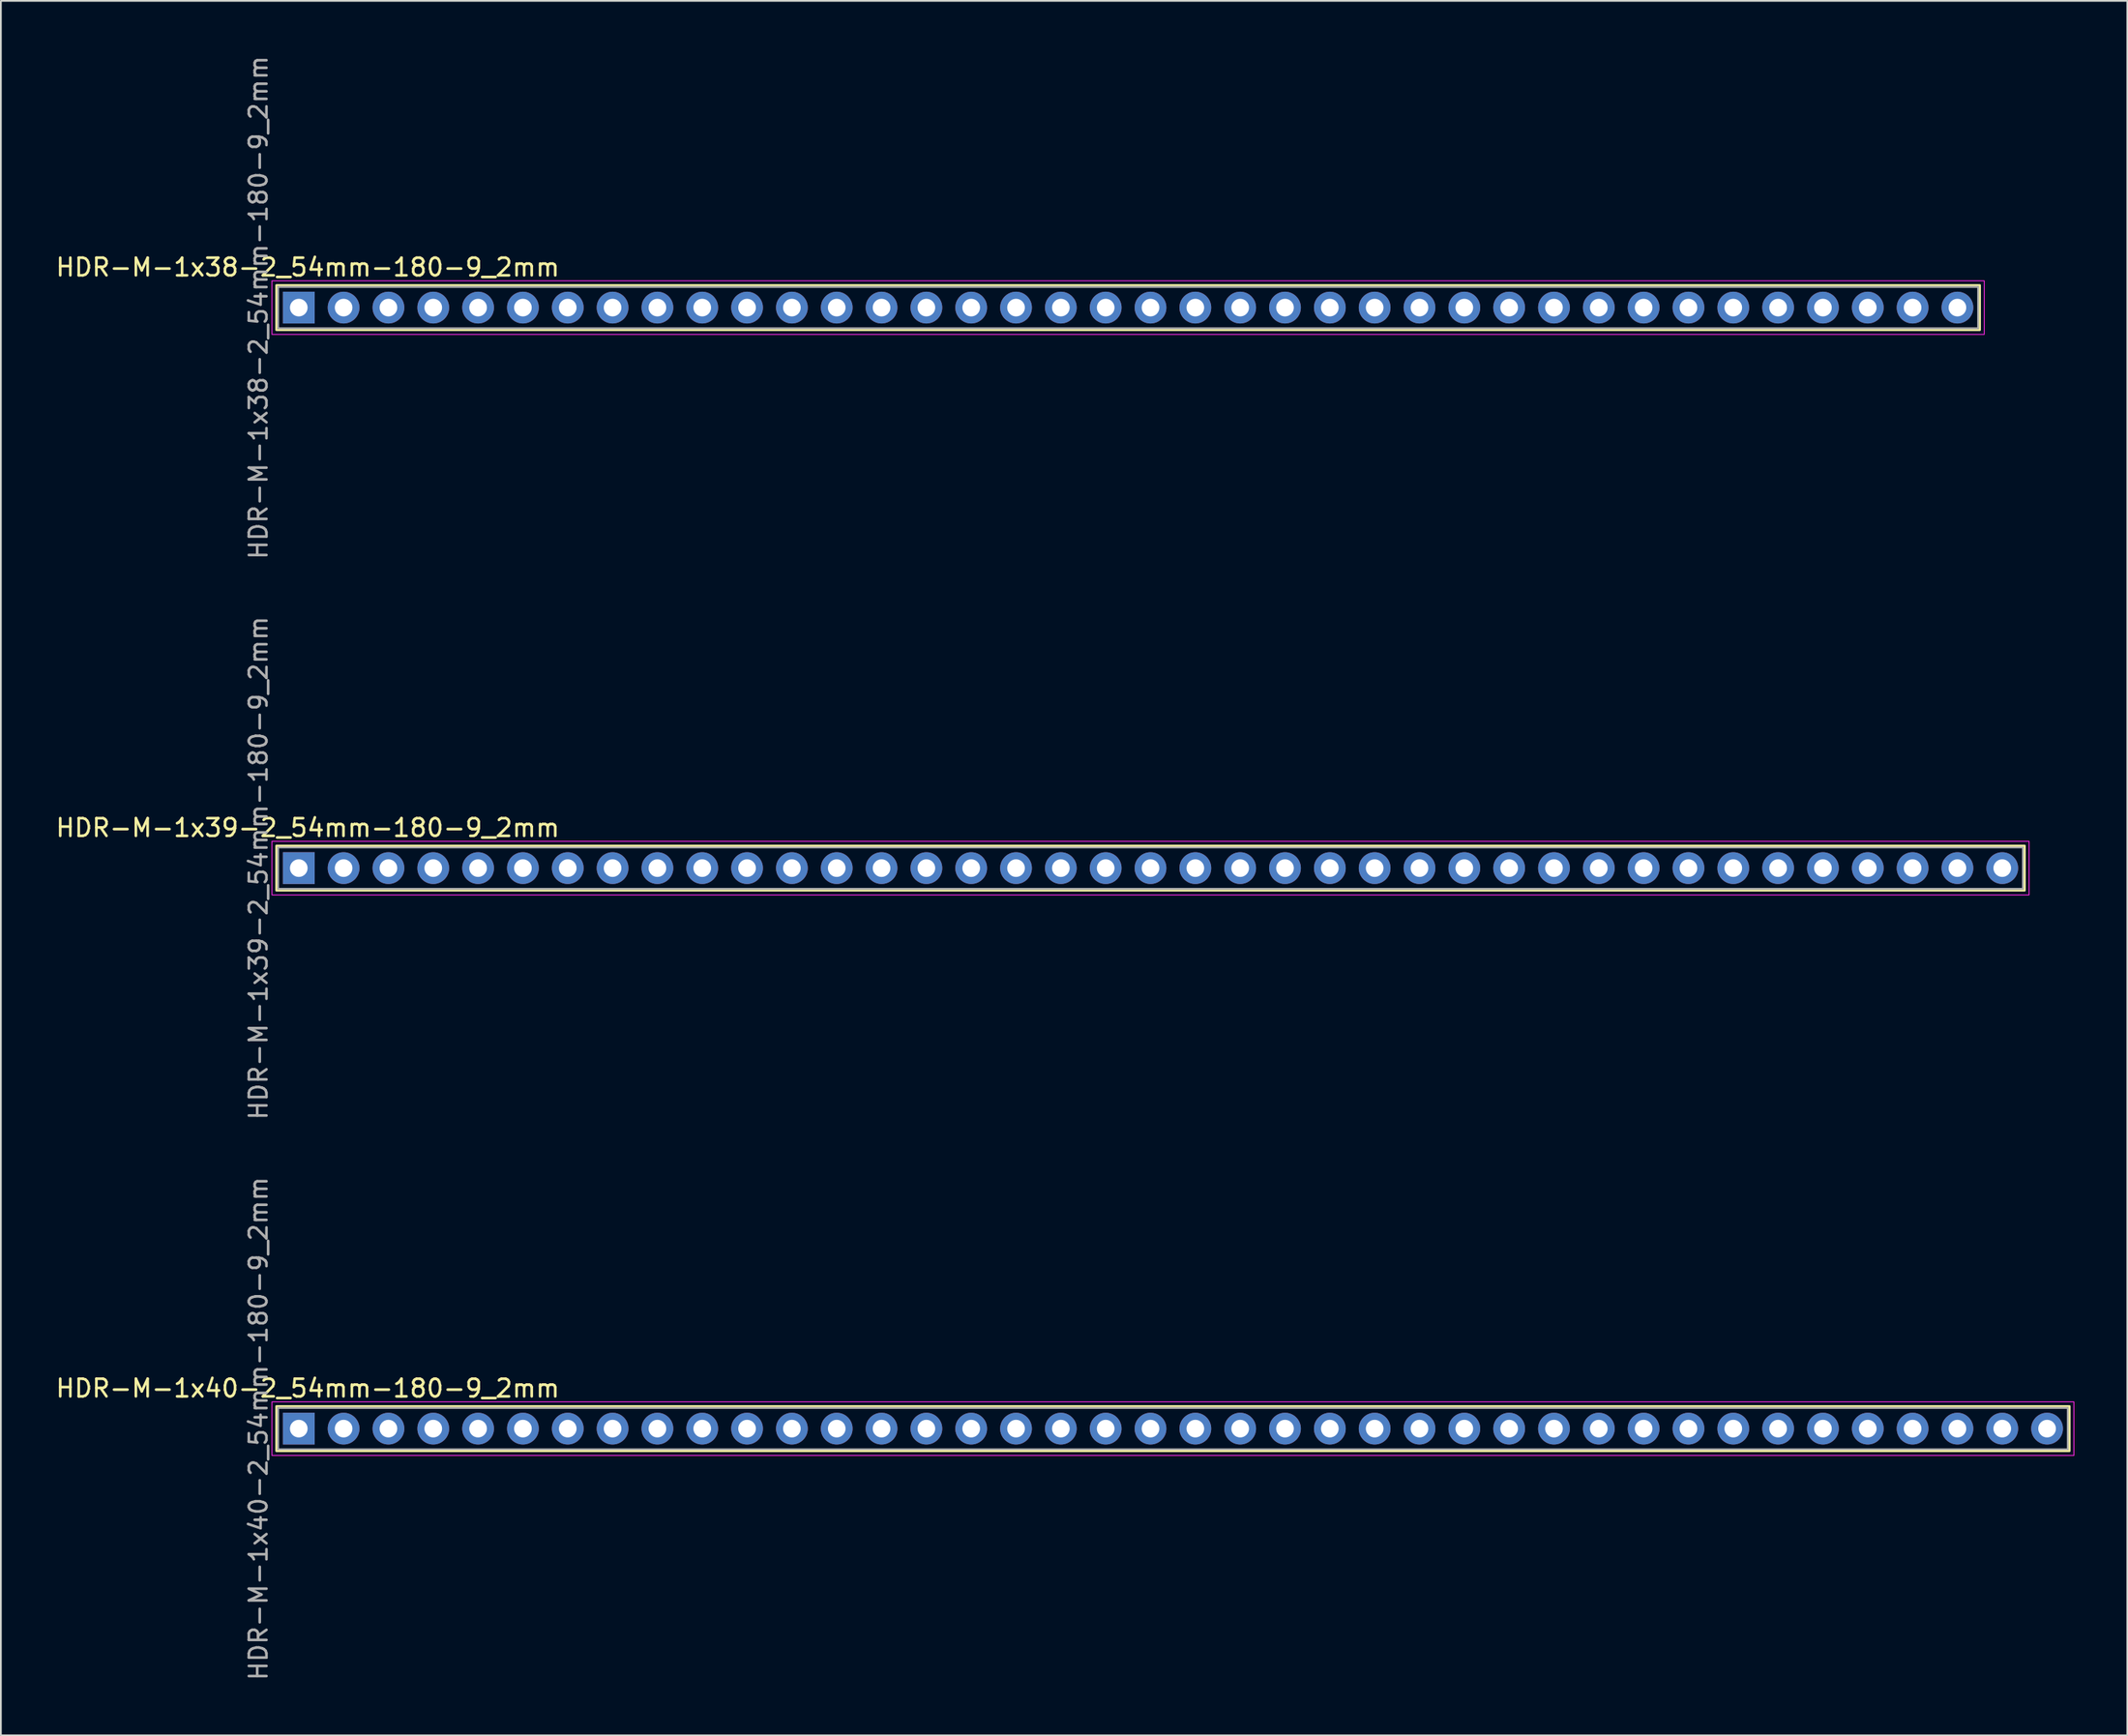
<source format=kicad_pcb>
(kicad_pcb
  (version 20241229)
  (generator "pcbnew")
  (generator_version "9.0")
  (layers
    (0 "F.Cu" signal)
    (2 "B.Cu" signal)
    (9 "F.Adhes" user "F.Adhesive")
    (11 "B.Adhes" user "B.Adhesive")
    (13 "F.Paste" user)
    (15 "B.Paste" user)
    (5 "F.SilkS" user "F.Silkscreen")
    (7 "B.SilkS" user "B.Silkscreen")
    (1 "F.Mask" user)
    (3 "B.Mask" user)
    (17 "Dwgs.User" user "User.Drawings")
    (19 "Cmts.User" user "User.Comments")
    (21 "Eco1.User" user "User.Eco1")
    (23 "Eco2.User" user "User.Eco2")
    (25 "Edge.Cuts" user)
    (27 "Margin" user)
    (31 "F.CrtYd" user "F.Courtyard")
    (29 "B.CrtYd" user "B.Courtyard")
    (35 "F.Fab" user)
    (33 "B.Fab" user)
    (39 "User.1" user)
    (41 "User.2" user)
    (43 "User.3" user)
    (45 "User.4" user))
  (footprint "HDR-M-1x39-2_54mm-180-9_2mm"
    (layer "F.Cu")
    (at 13.879 46.161)
    (property "Reference" "HDR-M-1x39-2_54mm-180-9_2mm" (at 0.508 -2.286 0) (unlocked yes) (layer "F.SilkS") (effects (font (size 1 1) (thickness 0.15))))
    (attr through_hole)
    (fp_rect (start -1.27 -1.27) (end 97.79 1.27) (stroke (width 0.12) (type solid)) (fill no) (layer "F.SilkS"))
    (fp_rect (start -1.52 -1.52) (end 98.04 1.52) (stroke (width 0.05) (type solid)) (fill no) (layer "F.CrtYd"))
    (fp_rect (start -1.17 -1.17) (end 97.69 1.17) (stroke (width 0.1) (type solid)) (fill no) (layer "F.Fab"))
    (fp_text user "${REFERENCE}" (at -2.286 0 90) (unlocked yes) (layer "F.Fab") (effects (font (size 1 1) (thickness 0.15))))
    (pad "1" thru_hole rect (at 0 0) (size 1.8 1.8) (drill 1) (layers "*.Cu" "*.Mask"))
    (pad "2" thru_hole circle (at 2.54 0) (size 1.8 1.8) (drill 1) (layers "*.Cu" "*.Mask"))
    (pad "3" thru_hole circle (at 5.08 0) (size 1.8 1.8) (drill 1) (layers "*.Cu" "*.Mask"))
    (pad "4" thru_hole circle (at 7.62 0) (size 1.8 1.8) (drill 1) (layers "*.Cu" "*.Mask"))
    (pad "5" thru_hole circle (at 10.16 0) (size 1.8 1.8) (drill 1) (layers "*.Cu" "*.Mask"))
    (pad "6" thru_hole circle (at 12.7 0) (size 1.8 1.8) (drill 1) (layers "*.Cu" "*.Mask"))
    (pad "7" thru_hole circle (at 15.24 0) (size 1.8 1.8) (drill 1) (layers "*.Cu" "*.Mask"))
    (pad "8" thru_hole circle (at 17.78 0) (size 1.8 1.8) (drill 1) (layers "*.Cu" "*.Mask"))
    (pad "9" thru_hole circle (at 20.32 0) (size 1.8 1.8) (drill 1) (layers "*.Cu" "*.Mask"))
    (pad "10" thru_hole circle (at 22.86 0) (size 1.8 1.8) (drill 1) (layers "*.Cu" "*.Mask"))
    (pad "11" thru_hole circle (at 25.4 0) (size 1.8 1.8) (drill 1) (layers "*.Cu" "*.Mask"))
    (pad "12" thru_hole circle (at 27.94 0) (size 1.8 1.8) (drill 1) (layers "*.Cu" "*.Mask"))
    (pad "13" thru_hole circle (at 30.48 0) (size 1.8 1.8) (drill 1) (layers "*.Cu" "*.Mask"))
    (pad "14" thru_hole circle (at 33.02 0) (size 1.8 1.8) (drill 1) (layers "*.Cu" "*.Mask"))
    (pad "15" thru_hole circle (at 35.56 0) (size 1.8 1.8) (drill 1) (layers "*.Cu" "*.Mask"))
    (pad "16" thru_hole circle (at 38.1 0) (size 1.8 1.8) (drill 1) (layers "*.Cu" "*.Mask"))
    (pad "17" thru_hole circle (at 40.64 0) (size 1.8 1.8) (drill 1) (layers "*.Cu" "*.Mask"))
    (pad "18" thru_hole circle (at 43.18 0) (size 1.8 1.8) (drill 1) (layers "*.Cu" "*.Mask"))
    (pad "19" thru_hole circle (at 45.72 0) (size 1.8 1.8) (drill 1) (layers "*.Cu" "*.Mask"))
    (pad "20" thru_hole circle (at 48.26 0) (size 1.8 1.8) (drill 1) (layers "*.Cu" "*.Mask"))
    (pad "21" thru_hole circle (at 50.8 0) (size 1.8 1.8) (drill 1) (layers "*.Cu" "*.Mask"))
    (pad "22" thru_hole circle (at 53.34 0) (size 1.8 1.8) (drill 1) (layers "*.Cu" "*.Mask"))
    (pad "23" thru_hole circle (at 55.88 0) (size 1.8 1.8) (drill 1) (layers "*.Cu" "*.Mask"))
    (pad "24" thru_hole circle (at 58.42 0) (size 1.8 1.8) (drill 1) (layers "*.Cu" "*.Mask"))
    (pad "25" thru_hole circle (at 60.96 0) (size 1.8 1.8) (drill 1) (layers "*.Cu" "*.Mask"))
    (pad "26" thru_hole circle (at 63.5 0) (size 1.8 1.8) (drill 1) (layers "*.Cu" "*.Mask"))
    (pad "27" thru_hole circle (at 66.04 0) (size 1.8 1.8) (drill 1) (layers "*.Cu" "*.Mask"))
    (pad "28" thru_hole circle (at 68.58 0) (size 1.8 1.8) (drill 1) (layers "*.Cu" "*.Mask"))
    (pad "29" thru_hole circle (at 71.12 0) (size 1.8 1.8) (drill 1) (layers "*.Cu" "*.Mask"))
    (pad "30" thru_hole circle (at 73.66 0) (size 1.8 1.8) (drill 1) (layers "*.Cu" "*.Mask"))
    (pad "31" thru_hole circle (at 76.2 0) (size 1.8 1.8) (drill 1) (layers "*.Cu" "*.Mask"))
    (pad "32" thru_hole circle (at 78.74 0) (size 1.8 1.8) (drill 1) (layers "*.Cu" "*.Mask"))
    (pad "33" thru_hole circle (at 81.28 0) (size 1.8 1.8) (drill 1) (layers "*.Cu" "*.Mask"))
    (pad "34" thru_hole circle (at 83.82 0) (size 1.8 1.8) (drill 1) (layers "*.Cu" "*.Mask"))
    (pad "35" thru_hole circle (at 86.36 0) (size 1.8 1.8) (drill 1) (layers "*.Cu" "*.Mask"))
    (pad "36" thru_hole circle (at 88.9 0) (size 1.8 1.8) (drill 1) (layers "*.Cu" "*.Mask"))
    (pad "37" thru_hole circle (at 91.44 0) (size 1.8 1.8) (drill 1) (layers "*.Cu" "*.Mask"))
    (pad "38" thru_hole circle (at 93.98 0) (size 1.8 1.8) (drill 1) (layers "*.Cu" "*.Mask"))
    (pad "39" thru_hole circle (at 96.52 0) (size 1.8 1.8) (drill 1) (layers "*.Cu" "*.Mask")))
  (footprint "HDR-M-1x40-2_54mm-180-9_2mm"
    (layer "F.Cu")
    (at 13.879 77.935)
    (property "Reference" "HDR-M-1x40-2_54mm-180-9_2mm" (at 0.508 -2.286 0) (unlocked yes) (layer "F.SilkS") (effects (font (size 1 1) (thickness 0.15))))
    (attr through_hole)
    (fp_rect (start -1.27 -1.27) (end 100.33 1.27) (stroke (width 0.12) (type solid)) (fill no) (layer "F.SilkS"))
    (fp_rect (start -1.52 -1.52) (end 100.58 1.52) (stroke (width 0.05) (type solid)) (fill no) (layer "F.CrtYd"))
    (fp_rect (start -1.17 -1.17) (end 100.23 1.17) (stroke (width 0.1) (type solid)) (fill no) (layer "F.Fab"))
    (fp_text user "${REFERENCE}" (at -2.286 0 90) (unlocked yes) (layer "F.Fab") (effects (font (size 1 1) (thickness 0.15))))
    (pad "1" thru_hole rect (at 0 0) (size 1.8 1.8) (drill 1) (layers "*.Cu" "*.Mask"))
    (pad "2" thru_hole circle (at 2.54 0) (size 1.8 1.8) (drill 1) (layers "*.Cu" "*.Mask"))
    (pad "3" thru_hole circle (at 5.08 0) (size 1.8 1.8) (drill 1) (layers "*.Cu" "*.Mask"))
    (pad "4" thru_hole circle (at 7.62 0) (size 1.8 1.8) (drill 1) (layers "*.Cu" "*.Mask"))
    (pad "5" thru_hole circle (at 10.16 0) (size 1.8 1.8) (drill 1) (layers "*.Cu" "*.Mask"))
    (pad "6" thru_hole circle (at 12.7 0) (size 1.8 1.8) (drill 1) (layers "*.Cu" "*.Mask"))
    (pad "7" thru_hole circle (at 15.24 0) (size 1.8 1.8) (drill 1) (layers "*.Cu" "*.Mask"))
    (pad "8" thru_hole circle (at 17.78 0) (size 1.8 1.8) (drill 1) (layers "*.Cu" "*.Mask"))
    (pad "9" thru_hole circle (at 20.32 0) (size 1.8 1.8) (drill 1) (layers "*.Cu" "*.Mask"))
    (pad "10" thru_hole circle (at 22.86 0) (size 1.8 1.8) (drill 1) (layers "*.Cu" "*.Mask"))
    (pad "11" thru_hole circle (at 25.4 0) (size 1.8 1.8) (drill 1) (layers "*.Cu" "*.Mask"))
    (pad "12" thru_hole circle (at 27.94 0) (size 1.8 1.8) (drill 1) (layers "*.Cu" "*.Mask"))
    (pad "13" thru_hole circle (at 30.48 0) (size 1.8 1.8) (drill 1) (layers "*.Cu" "*.Mask"))
    (pad "14" thru_hole circle (at 33.02 0) (size 1.8 1.8) (drill 1) (layers "*.Cu" "*.Mask"))
    (pad "15" thru_hole circle (at 35.56 0) (size 1.8 1.8) (drill 1) (layers "*.Cu" "*.Mask"))
    (pad "16" thru_hole circle (at 38.1 0) (size 1.8 1.8) (drill 1) (layers "*.Cu" "*.Mask"))
    (pad "17" thru_hole circle (at 40.64 0) (size 1.8 1.8) (drill 1) (layers "*.Cu" "*.Mask"))
    (pad "18" thru_hole circle (at 43.18 0) (size 1.8 1.8) (drill 1) (layers "*.Cu" "*.Mask"))
    (pad "19" thru_hole circle (at 45.72 0) (size 1.8 1.8) (drill 1) (layers "*.Cu" "*.Mask"))
    (pad "20" thru_hole circle (at 48.26 0) (size 1.8 1.8) (drill 1) (layers "*.Cu" "*.Mask"))
    (pad "21" thru_hole circle (at 50.8 0) (size 1.8 1.8) (drill 1) (layers "*.Cu" "*.Mask"))
    (pad "22" thru_hole circle (at 53.34 0) (size 1.8 1.8) (drill 1) (layers "*.Cu" "*.Mask"))
    (pad "23" thru_hole circle (at 55.88 0) (size 1.8 1.8) (drill 1) (layers "*.Cu" "*.Mask"))
    (pad "24" thru_hole circle (at 58.42 0) (size 1.8 1.8) (drill 1) (layers "*.Cu" "*.Mask"))
    (pad "25" thru_hole circle (at 60.96 0) (size 1.8 1.8) (drill 1) (layers "*.Cu" "*.Mask"))
    (pad "26" thru_hole circle (at 63.5 0) (size 1.8 1.8) (drill 1) (layers "*.Cu" "*.Mask"))
    (pad "27" thru_hole circle (at 66.04 0) (size 1.8 1.8) (drill 1) (layers "*.Cu" "*.Mask"))
    (pad "28" thru_hole circle (at 68.58 0) (size 1.8 1.8) (drill 1) (layers "*.Cu" "*.Mask"))
    (pad "29" thru_hole circle (at 71.12 0) (size 1.8 1.8) (drill 1) (layers "*.Cu" "*.Mask"))
    (pad "30" thru_hole circle (at 73.66 0) (size 1.8 1.8) (drill 1) (layers "*.Cu" "*.Mask"))
    (pad "31" thru_hole circle (at 76.2 0) (size 1.8 1.8) (drill 1) (layers "*.Cu" "*.Mask"))
    (pad "32" thru_hole circle (at 78.74 0) (size 1.8 1.8) (drill 1) (layers "*.Cu" "*.Mask"))
    (pad "33" thru_hole circle (at 81.28 0) (size 1.8 1.8) (drill 1) (layers "*.Cu" "*.Mask"))
    (pad "34" thru_hole circle (at 83.82 0) (size 1.8 1.8) (drill 1) (layers "*.Cu" "*.Mask"))
    (pad "35" thru_hole circle (at 86.36 0) (size 1.8 1.8) (drill 1) (layers "*.Cu" "*.Mask"))
    (pad "36" thru_hole circle (at 88.9 0) (size 1.8 1.8) (drill 1) (layers "*.Cu" "*.Mask"))
    (pad "37" thru_hole circle (at 91.44 0) (size 1.8 1.8) (drill 1) (layers "*.Cu" "*.Mask"))
    (pad "38" thru_hole circle (at 93.98 0) (size 1.8 1.8) (drill 1) (layers "*.Cu" "*.Mask"))
    (pad "39" thru_hole circle (at 96.52 0) (size 1.8 1.8) (drill 1) (layers "*.Cu" "*.Mask"))
    (pad "40" thru_hole circle (at 99.06 0) (size 1.8 1.8) (drill 1) (layers "*.Cu" "*.Mask")))
  (footprint "HDR-M-1x38-2_54mm-180-9_2mm"
    (layer "F.Cu")
    (at 13.879 14.387)
    (property "Reference" "HDR-M-1x38-2_54mm-180-9_2mm" (at 0.508 -2.286 0) (unlocked yes) (layer "F.SilkS") (effects (font (size 1 1) (thickness 0.15))))
    (attr through_hole)
    (fp_rect (start -1.27 -1.27) (end 95.25 1.27) (stroke (width 0.12) (type solid)) (fill no) (layer "F.SilkS"))
    (fp_rect (start -1.52 -1.52) (end 95.5 1.52) (stroke (width 0.05) (type solid)) (fill no) (layer "F.CrtYd"))
    (fp_rect (start -1.17 -1.17) (end 95.15 1.17) (stroke (width 0.1) (type solid)) (fill no) (layer "F.Fab"))
    (fp_text user "${REFERENCE}" (at -2.286 0 90) (unlocked yes) (layer "F.Fab") (effects (font (size 1 1) (thickness 0.15))))
    (pad "1" thru_hole rect (at 0 0) (size 1.8 1.8) (drill 1) (layers "*.Cu" "*.Mask"))
    (pad "2" thru_hole circle (at 2.54 0) (size 1.8 1.8) (drill 1) (layers "*.Cu" "*.Mask"))
    (pad "3" thru_hole circle (at 5.08 0) (size 1.8 1.8) (drill 1) (layers "*.Cu" "*.Mask"))
    (pad "4" thru_hole circle (at 7.62 0) (size 1.8 1.8) (drill 1) (layers "*.Cu" "*.Mask"))
    (pad "5" thru_hole circle (at 10.16 0) (size 1.8 1.8) (drill 1) (layers "*.Cu" "*.Mask"))
    (pad "6" thru_hole circle (at 12.7 0) (size 1.8 1.8) (drill 1) (layers "*.Cu" "*.Mask"))
    (pad "7" thru_hole circle (at 15.24 0) (size 1.8 1.8) (drill 1) (layers "*.Cu" "*.Mask"))
    (pad "8" thru_hole circle (at 17.78 0) (size 1.8 1.8) (drill 1) (layers "*.Cu" "*.Mask"))
    (pad "9" thru_hole circle (at 20.32 0) (size 1.8 1.8) (drill 1) (layers "*.Cu" "*.Mask"))
    (pad "10" thru_hole circle (at 22.86 0) (size 1.8 1.8) (drill 1) (layers "*.Cu" "*.Mask"))
    (pad "11" thru_hole circle (at 25.4 0) (size 1.8 1.8) (drill 1) (layers "*.Cu" "*.Mask"))
    (pad "12" thru_hole circle (at 27.94 0) (size 1.8 1.8) (drill 1) (layers "*.Cu" "*.Mask"))
    (pad "13" thru_hole circle (at 30.48 0) (size 1.8 1.8) (drill 1) (layers "*.Cu" "*.Mask"))
    (pad "14" thru_hole circle (at 33.02 0) (size 1.8 1.8) (drill 1) (layers "*.Cu" "*.Mask"))
    (pad "15" thru_hole circle (at 35.56 0) (size 1.8 1.8) (drill 1) (layers "*.Cu" "*.Mask"))
    (pad "16" thru_hole circle (at 38.1 0) (size 1.8 1.8) (drill 1) (layers "*.Cu" "*.Mask"))
    (pad "17" thru_hole circle (at 40.64 0) (size 1.8 1.8) (drill 1) (layers "*.Cu" "*.Mask"))
    (pad "18" thru_hole circle (at 43.18 0) (size 1.8 1.8) (drill 1) (layers "*.Cu" "*.Mask"))
    (pad "19" thru_hole circle (at 45.72 0) (size 1.8 1.8) (drill 1) (layers "*.Cu" "*.Mask"))
    (pad "20" thru_hole circle (at 48.26 0) (size 1.8 1.8) (drill 1) (layers "*.Cu" "*.Mask"))
    (pad "21" thru_hole circle (at 50.8 0) (size 1.8 1.8) (drill 1) (layers "*.Cu" "*.Mask"))
    (pad "22" thru_hole circle (at 53.34 0) (size 1.8 1.8) (drill 1) (layers "*.Cu" "*.Mask"))
    (pad "23" thru_hole circle (at 55.88 0) (size 1.8 1.8) (drill 1) (layers "*.Cu" "*.Mask"))
    (pad "24" thru_hole circle (at 58.42 0) (size 1.8 1.8) (drill 1) (layers "*.Cu" "*.Mask"))
    (pad "25" thru_hole circle (at 60.96 0) (size 1.8 1.8) (drill 1) (layers "*.Cu" "*.Mask"))
    (pad "26" thru_hole circle (at 63.5 0) (size 1.8 1.8) (drill 1) (layers "*.Cu" "*.Mask"))
    (pad "27" thru_hole circle (at 66.04 0) (size 1.8 1.8) (drill 1) (layers "*.Cu" "*.Mask"))
    (pad "28" thru_hole circle (at 68.58 0) (size 1.8 1.8) (drill 1) (layers "*.Cu" "*.Mask"))
    (pad "29" thru_hole circle (at 71.12 0) (size 1.8 1.8) (drill 1) (layers "*.Cu" "*.Mask"))
    (pad "30" thru_hole circle (at 73.66 0) (size 1.8 1.8) (drill 1) (layers "*.Cu" "*.Mask"))
    (pad "31" thru_hole circle (at 76.2 0) (size 1.8 1.8) (drill 1) (layers "*.Cu" "*.Mask"))
    (pad "32" thru_hole circle (at 78.74 0) (size 1.8 1.8) (drill 1) (layers "*.Cu" "*.Mask"))
    (pad "33" thru_hole circle (at 81.28 0) (size 1.8 1.8) (drill 1) (layers "*.Cu" "*.Mask"))
    (pad "34" thru_hole circle (at 83.82 0) (size 1.8 1.8) (drill 1) (layers "*.Cu" "*.Mask"))
    (pad "35" thru_hole circle (at 86.36 0) (size 1.8 1.8) (drill 1) (layers "*.Cu" "*.Mask"))
    (pad "36" thru_hole circle (at 88.9 0) (size 1.8 1.8) (drill 1) (layers "*.Cu" "*.Mask"))
    (pad "37" thru_hole circle (at 91.44 0) (size 1.8 1.8) (drill 1) (layers "*.Cu" "*.Mask"))
    (pad "38" thru_hole circle (at 93.98 0) (size 1.8 1.8) (drill 1) (layers "*.Cu" "*.Mask")))
  (gr_rect
    (start -3 -3)
    (end 117.484 95.321)
    (stroke (width 0.1) (type default))
    (fill no)
    (layer "Edge.Cuts")))
</source>
